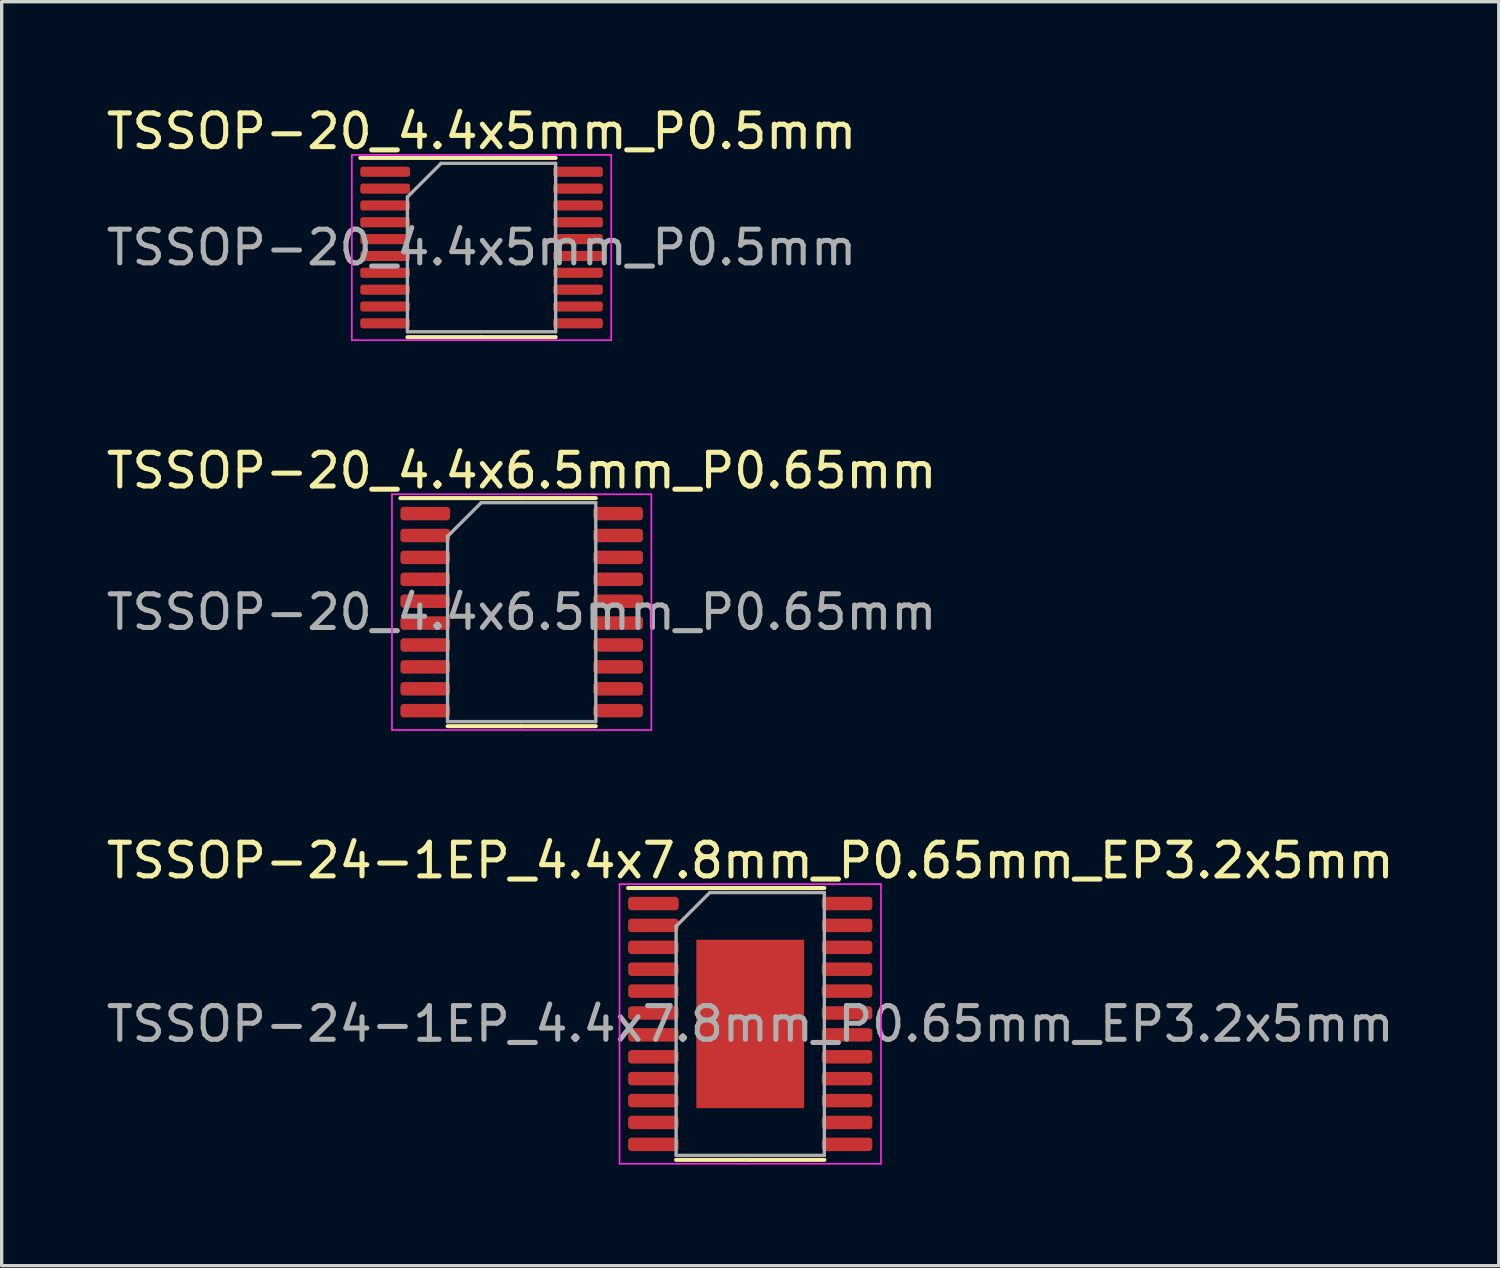
<source format=kicad_pcb>
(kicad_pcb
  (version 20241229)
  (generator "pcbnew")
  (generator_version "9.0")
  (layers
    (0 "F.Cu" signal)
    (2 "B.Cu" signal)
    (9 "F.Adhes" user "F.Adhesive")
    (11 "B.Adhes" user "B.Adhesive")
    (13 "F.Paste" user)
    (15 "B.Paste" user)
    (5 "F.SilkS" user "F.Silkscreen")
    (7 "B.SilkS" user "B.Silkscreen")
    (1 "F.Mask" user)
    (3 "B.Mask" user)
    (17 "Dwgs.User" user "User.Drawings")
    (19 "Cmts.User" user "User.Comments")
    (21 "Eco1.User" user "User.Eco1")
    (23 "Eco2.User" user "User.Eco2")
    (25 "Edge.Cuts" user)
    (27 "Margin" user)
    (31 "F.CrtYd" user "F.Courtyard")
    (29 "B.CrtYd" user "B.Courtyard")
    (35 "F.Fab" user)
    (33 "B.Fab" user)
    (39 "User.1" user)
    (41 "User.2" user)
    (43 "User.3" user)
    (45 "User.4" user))
  (footprint "TSSOP-20_4.4x5mm_P0.5mm"
    (layer "F.Cu")
    (at 11.244 4.298)
    (property "Reference" "TSSOP-20_4.4x5mm_P0.5mm" (at 0 -3.45 0) (layer "F.SilkS") (effects (font (size 1 1) (thickness 0.15))))
    (attr smd)
    (fp_line (start 0 -2.66) (end -3.6 -2.66) (stroke (width 0.12) (type solid)) (layer "F.SilkS"))
    (fp_line (start 0 -2.66) (end 2.2 -2.66) (stroke (width 0.12) (type solid)) (layer "F.SilkS"))
    (fp_line (start 0 2.66) (end -2.2 2.66) (stroke (width 0.12) (type solid)) (layer "F.SilkS"))
    (fp_line (start 0 2.66) (end 2.2 2.66) (stroke (width 0.12) (type solid)) (layer "F.SilkS"))
    (fp_line (start -3.85 -2.75) (end -3.85 2.75) (stroke (width 0.05) (type solid)) (layer "F.CrtYd"))
    (fp_line (start -3.85 2.75) (end 3.85 2.75) (stroke (width 0.05) (type solid)) (layer "F.CrtYd"))
    (fp_line (start 3.85 -2.75) (end -3.85 -2.75) (stroke (width 0.05) (type solid)) (layer "F.CrtYd"))
    (fp_line (start 3.85 2.75) (end 3.85 -2.75) (stroke (width 0.05) (type solid)) (layer "F.CrtYd"))
    (fp_line (start -2.2 -1.5) (end -1.2 -2.5) (stroke (width 0.1) (type solid)) (layer "F.Fab"))
    (fp_line (start -2.2 2.5) (end -2.2 -1.5) (stroke (width 0.1) (type solid)) (layer "F.Fab"))
    (fp_line (start -1.2 -2.5) (end 2.2 -2.5) (stroke (width 0.1) (type solid)) (layer "F.Fab"))
    (fp_line (start 2.2 -2.5) (end 2.2 2.5) (stroke (width 0.1) (type solid)) (layer "F.Fab"))
    (fp_line (start 2.2 2.5) (end -2.2 2.5) (stroke (width 0.1) (type solid)) (layer "F.Fab"))
    (fp_text user "${REFERENCE}" (at 0 0 0) (layer "F.Fab") (effects (font (size 1 1) (thickness 0.15))))
    (pad "1" smd roundrect (at -2.862 -2.25) (size 1.475 0.3) (layers "F.Cu" "F.Mask" "F.Paste") (roundrect_rratio 0.25))
    (pad "2" smd roundrect (at -2.862 -1.75) (size 1.475 0.3) (layers "F.Cu" "F.Mask" "F.Paste") (roundrect_rratio 0.25))
    (pad "3" smd roundrect (at -2.862 -1.25) (size 1.475 0.3) (layers "F.Cu" "F.Mask" "F.Paste") (roundrect_rratio 0.25))
    (pad "4" smd roundrect (at -2.862 -0.75) (size 1.475 0.3) (layers "F.Cu" "F.Mask" "F.Paste") (roundrect_rratio 0.25))
    (pad "5" smd roundrect (at -2.862 -0.25) (size 1.475 0.3) (layers "F.Cu" "F.Mask" "F.Paste") (roundrect_rratio 0.25))
    (pad "6" smd roundrect (at -2.862 0.25) (size 1.475 0.3) (layers "F.Cu" "F.Mask" "F.Paste") (roundrect_rratio 0.25))
    (pad "7" smd roundrect (at -2.862 0.75) (size 1.475 0.3) (layers "F.Cu" "F.Mask" "F.Paste") (roundrect_rratio 0.25))
    (pad "8" smd roundrect (at -2.862 1.25) (size 1.475 0.3) (layers "F.Cu" "F.Mask" "F.Paste") (roundrect_rratio 0.25))
    (pad "9" smd roundrect (at -2.862 1.75) (size 1.475 0.3) (layers "F.Cu" "F.Mask" "F.Paste") (roundrect_rratio 0.25))
    (pad "10" smd roundrect (at -2.862 2.25) (size 1.475 0.3) (layers "F.Cu" "F.Mask" "F.Paste") (roundrect_rratio 0.25))
    (pad "11" smd roundrect (at 2.862 2.25) (size 1.475 0.3) (layers "F.Cu" "F.Mask" "F.Paste") (roundrect_rratio 0.25))
    (pad "12" smd roundrect (at 2.862 1.75) (size 1.475 0.3) (layers "F.Cu" "F.Mask" "F.Paste") (roundrect_rratio 0.25))
    (pad "13" smd roundrect (at 2.862 1.25) (size 1.475 0.3) (layers "F.Cu" "F.Mask" "F.Paste") (roundrect_rratio 0.25))
    (pad "14" smd roundrect (at 2.862 0.75) (size 1.475 0.3) (layers "F.Cu" "F.Mask" "F.Paste") (roundrect_rratio 0.25))
    (pad "15" smd roundrect (at 2.862 0.25) (size 1.475 0.3) (layers "F.Cu" "F.Mask" "F.Paste") (roundrect_rratio 0.25))
    (pad "16" smd roundrect (at 2.862 -0.25) (size 1.475 0.3) (layers "F.Cu" "F.Mask" "F.Paste") (roundrect_rratio 0.25))
    (pad "17" smd roundrect (at 2.862 -0.75) (size 1.475 0.3) (layers "F.Cu" "F.Mask" "F.Paste") (roundrect_rratio 0.25))
    (pad "18" smd roundrect (at 2.862 -1.25) (size 1.475 0.3) (layers "F.Cu" "F.Mask" "F.Paste") (roundrect_rratio 0.25))
    (pad "19" smd roundrect (at 2.862 -1.75) (size 1.475 0.3) (layers "F.Cu" "F.Mask" "F.Paste") (roundrect_rratio 0.25))
    (pad "20" smd roundrect (at 2.862 -2.25) (size 1.475 0.3) (layers "F.Cu" "F.Mask" "F.Paste") (roundrect_rratio 0.25)))
  (footprint "TSSOP-20_4.4x6.5mm_P0.65mm"
    (layer "F.Cu")
    (at 12.435 15.121)
    (property "Reference" "TSSOP-20_4.4x6.5mm_P0.65mm" (at 0 -4.2 0) (layer "F.SilkS") (effects (font (size 1 1) (thickness 0.15))))
    (attr smd)
    (fp_line (start 0 -3.385) (end -3.6 -3.385) (stroke (width 0.12) (type solid)) (layer "F.SilkS"))
    (fp_line (start 0 -3.385) (end 2.2 -3.385) (stroke (width 0.12) (type solid)) (layer "F.SilkS"))
    (fp_line (start 0 3.385) (end -2.2 3.385) (stroke (width 0.12) (type solid)) (layer "F.SilkS"))
    (fp_line (start 0 3.385) (end 2.2 3.385) (stroke (width 0.12) (type solid)) (layer "F.SilkS"))
    (fp_line (start -3.85 -3.5) (end -3.85 3.5) (stroke (width 0.05) (type solid)) (layer "F.CrtYd"))
    (fp_line (start -3.85 3.5) (end 3.85 3.5) (stroke (width 0.05) (type solid)) (layer "F.CrtYd"))
    (fp_line (start 3.85 -3.5) (end -3.85 -3.5) (stroke (width 0.05) (type solid)) (layer "F.CrtYd"))
    (fp_line (start 3.85 3.5) (end 3.85 -3.5) (stroke (width 0.05) (type solid)) (layer "F.CrtYd"))
    (fp_line (start -2.2 -2.25) (end -1.2 -3.25) (stroke (width 0.1) (type solid)) (layer "F.Fab"))
    (fp_line (start -2.2 3.25) (end -2.2 -2.25) (stroke (width 0.1) (type solid)) (layer "F.Fab"))
    (fp_line (start -1.2 -3.25) (end 2.2 -3.25) (stroke (width 0.1) (type solid)) (layer "F.Fab"))
    (fp_line (start 2.2 -3.25) (end 2.2 3.25) (stroke (width 0.1) (type solid)) (layer "F.Fab"))
    (fp_line (start 2.2 3.25) (end -2.2 3.25) (stroke (width 0.1) (type solid)) (layer "F.Fab"))
    (fp_text user "${REFERENCE}" (at 0 0 0) (layer "F.Fab") (effects (font (size 1 1) (thickness 0.15))))
    (pad "1" smd roundrect (at -2.862 -2.925) (size 1.475 0.4) (layers "F.Cu" "F.Mask" "F.Paste") (roundrect_rratio 0.25))
    (pad "2" smd roundrect (at -2.862 -2.275) (size 1.475 0.4) (layers "F.Cu" "F.Mask" "F.Paste") (roundrect_rratio 0.25))
    (pad "3" smd roundrect (at -2.862 -1.625) (size 1.475 0.4) (layers "F.Cu" "F.Mask" "F.Paste") (roundrect_rratio 0.25))
    (pad "4" smd roundrect (at -2.862 -0.975) (size 1.475 0.4) (layers "F.Cu" "F.Mask" "F.Paste") (roundrect_rratio 0.25))
    (pad "5" smd roundrect (at -2.862 -0.325) (size 1.475 0.4) (layers "F.Cu" "F.Mask" "F.Paste") (roundrect_rratio 0.25))
    (pad "6" smd roundrect (at -2.862 0.325) (size 1.475 0.4) (layers "F.Cu" "F.Mask" "F.Paste") (roundrect_rratio 0.25))
    (pad "7" smd roundrect (at -2.862 0.975) (size 1.475 0.4) (layers "F.Cu" "F.Mask" "F.Paste") (roundrect_rratio 0.25))
    (pad "8" smd roundrect (at -2.862 1.625) (size 1.475 0.4) (layers "F.Cu" "F.Mask" "F.Paste") (roundrect_rratio 0.25))
    (pad "9" smd roundrect (at -2.862 2.275) (size 1.475 0.4) (layers "F.Cu" "F.Mask" "F.Paste") (roundrect_rratio 0.25))
    (pad "10" smd roundrect (at -2.862 2.925) (size 1.475 0.4) (layers "F.Cu" "F.Mask" "F.Paste") (roundrect_rratio 0.25))
    (pad "11" smd roundrect (at 2.862 2.925) (size 1.475 0.4) (layers "F.Cu" "F.Mask" "F.Paste") (roundrect_rratio 0.25))
    (pad "12" smd roundrect (at 2.862 2.275) (size 1.475 0.4) (layers "F.Cu" "F.Mask" "F.Paste") (roundrect_rratio 0.25))
    (pad "13" smd roundrect (at 2.862 1.625) (size 1.475 0.4) (layers "F.Cu" "F.Mask" "F.Paste") (roundrect_rratio 0.25))
    (pad "14" smd roundrect (at 2.862 0.975) (size 1.475 0.4) (layers "F.Cu" "F.Mask" "F.Paste") (roundrect_rratio 0.25))
    (pad "15" smd roundrect (at 2.862 0.325) (size 1.475 0.4) (layers "F.Cu" "F.Mask" "F.Paste") (roundrect_rratio 0.25))
    (pad "16" smd roundrect (at 2.862 -0.325) (size 1.475 0.4) (layers "F.Cu" "F.Mask" "F.Paste") (roundrect_rratio 0.25))
    (pad "17" smd roundrect (at 2.862 -0.975) (size 1.475 0.4) (layers "F.Cu" "F.Mask" "F.Paste") (roundrect_rratio 0.25))
    (pad "18" smd roundrect (at 2.862 -1.625) (size 1.475 0.4) (layers "F.Cu" "F.Mask" "F.Paste") (roundrect_rratio 0.25))
    (pad "19" smd roundrect (at 2.862 -2.275) (size 1.475 0.4) (layers "F.Cu" "F.Mask" "F.Paste") (roundrect_rratio 0.25))
    (pad "20" smd roundrect (at 2.862 -2.925) (size 1.475 0.4) (layers "F.Cu" "F.Mask" "F.Paste") (roundrect_rratio 0.25)))
  (footprint "TSSOP-24-1EP_4.4x7.8mm_P0.65mm_EP3.2x5mm"
    (layer "F.Cu")
    (at 19.22 27.345)
    (property "Reference" "TSSOP-24-1EP_4.4x7.8mm_P0.65mm_EP3.2x5mm" (at 0 -4.85 0) (layer "F.SilkS") (effects (font (size 1 1) (thickness 0.15))))
    (attr smd)
    (fp_line (start 0 -4.035) (end -3.625 -4.035) (stroke (width 0.12) (type solid)) (layer "F.SilkS"))
    (fp_line (start 0 -4.035) (end 2.2 -4.035) (stroke (width 0.12) (type solid)) (layer "F.SilkS"))
    (fp_line (start 0 4.035) (end -2.2 4.035) (stroke (width 0.12) (type solid)) (layer "F.SilkS"))
    (fp_line (start 0 4.035) (end 2.2 4.035) (stroke (width 0.12) (type solid)) (layer "F.SilkS"))
    (fp_line (start -3.88 -4.15) (end -3.88 4.15) (stroke (width 0.05) (type solid)) (layer "F.CrtYd"))
    (fp_line (start -3.88 4.15) (end 3.88 4.15) (stroke (width 0.05) (type solid)) (layer "F.CrtYd"))
    (fp_line (start 3.88 -4.15) (end -3.88 -4.15) (stroke (width 0.05) (type solid)) (layer "F.CrtYd"))
    (fp_line (start 3.88 4.15) (end 3.88 -4.15) (stroke (width 0.05) (type solid)) (layer "F.CrtYd"))
    (fp_line (start -2.2 -2.9) (end -1.2 -3.9) (stroke (width 0.1) (type solid)) (layer "F.Fab"))
    (fp_line (start -2.2 3.9) (end -2.2 -2.9) (stroke (width 0.1) (type solid)) (layer "F.Fab"))
    (fp_line (start -1.2 -3.9) (end 2.2 -3.9) (stroke (width 0.1) (type solid)) (layer "F.Fab"))
    (fp_line (start 2.2 -3.9) (end 2.2 3.9) (stroke (width 0.1) (type solid)) (layer "F.Fab"))
    (fp_line (start 2.2 3.9) (end -2.2 3.9) (stroke (width 0.1) (type solid)) (layer "F.Fab"))
    (fp_text user "${REFERENCE}" (at 0 0 0) (layer "F.Fab") (effects (font (size 1 1) (thickness 0.15))))
    (pad "" smd roundrect (at -0.8 -1.67) (size 1.29 1.34) (layers "F.Paste") (roundrect_rratio 0.194))
    (pad "" smd roundrect (at -0.8 0) (size 1.29 1.34) (layers "F.Paste") (roundrect_rratio 0.194))
    (pad "" smd roundrect (at -0.8 1.67) (size 1.29 1.34) (layers "F.Paste") (roundrect_rratio 0.194))
    (pad "" smd roundrect (at 0.8 -1.67) (size 1.29 1.34) (layers "F.Paste") (roundrect_rratio 0.194))
    (pad "" smd roundrect (at 0.8 0) (size 1.29 1.34) (layers "F.Paste") (roundrect_rratio 0.194))
    (pad "" smd roundrect (at 0.8 1.67) (size 1.29 1.34) (layers "F.Paste") (roundrect_rratio 0.194))
    (pad "1" smd roundrect (at -2.875 -3.575) (size 1.5 0.4) (layers "F.Cu" "F.Mask" "F.Paste") (roundrect_rratio 0.25))
    (pad "2" smd roundrect (at -2.875 -2.925) (size 1.5 0.4) (layers "F.Cu" "F.Mask" "F.Paste") (roundrect_rratio 0.25))
    (pad "3" smd roundrect (at -2.875 -2.275) (size 1.5 0.4) (layers "F.Cu" "F.Mask" "F.Paste") (roundrect_rratio 0.25))
    (pad "4" smd roundrect (at -2.875 -1.625) (size 1.5 0.4) (layers "F.Cu" "F.Mask" "F.Paste") (roundrect_rratio 0.25))
    (pad "5" smd roundrect (at -2.875 -0.975) (size 1.5 0.4) (layers "F.Cu" "F.Mask" "F.Paste") (roundrect_rratio 0.25))
    (pad "6" smd roundrect (at -2.875 -0.325) (size 1.5 0.4) (layers "F.Cu" "F.Mask" "F.Paste") (roundrect_rratio 0.25))
    (pad "7" smd roundrect (at -2.875 0.325) (size 1.5 0.4) (layers "F.Cu" "F.Mask" "F.Paste") (roundrect_rratio 0.25))
    (pad "8" smd roundrect (at -2.875 0.975) (size 1.5 0.4) (layers "F.Cu" "F.Mask" "F.Paste") (roundrect_rratio 0.25))
    (pad "9" smd roundrect (at -2.875 1.625) (size 1.5 0.4) (layers "F.Cu" "F.Mask" "F.Paste") (roundrect_rratio 0.25))
    (pad "10" smd roundrect (at -2.875 2.275) (size 1.5 0.4) (layers "F.Cu" "F.Mask" "F.Paste") (roundrect_rratio 0.25))
    (pad "11" smd roundrect (at -2.875 2.925) (size 1.5 0.4) (layers "F.Cu" "F.Mask" "F.Paste") (roundrect_rratio 0.25))
    (pad "12" smd roundrect (at -2.875 3.575) (size 1.5 0.4) (layers "F.Cu" "F.Mask" "F.Paste") (roundrect_rratio 0.25))
    (pad "13" smd roundrect (at 2.875 3.575) (size 1.5 0.4) (layers "F.Cu" "F.Mask" "F.Paste") (roundrect_rratio 0.25))
    (pad "14" smd roundrect (at 2.875 2.925) (size 1.5 0.4) (layers "F.Cu" "F.Mask" "F.Paste") (roundrect_rratio 0.25))
    (pad "15" smd roundrect (at 2.875 2.275) (size 1.5 0.4) (layers "F.Cu" "F.Mask" "F.Paste") (roundrect_rratio 0.25))
    (pad "16" smd roundrect (at 2.875 1.625) (size 1.5 0.4) (layers "F.Cu" "F.Mask" "F.Paste") (roundrect_rratio 0.25))
    (pad "17" smd roundrect (at 2.875 0.975) (size 1.5 0.4) (layers "F.Cu" "F.Mask" "F.Paste") (roundrect_rratio 0.25))
    (pad "18" smd roundrect (at 2.875 0.325) (size 1.5 0.4) (layers "F.Cu" "F.Mask" "F.Paste") (roundrect_rratio 0.25))
    (pad "19" smd roundrect (at 2.875 -0.325) (size 1.5 0.4) (layers "F.Cu" "F.Mask" "F.Paste") (roundrect_rratio 0.25))
    (pad "20" smd roundrect (at 2.875 -0.975) (size 1.5 0.4) (layers "F.Cu" "F.Mask" "F.Paste") (roundrect_rratio 0.25))
    (pad "21" smd roundrect (at 2.875 -1.625) (size 1.5 0.4) (layers "F.Cu" "F.Mask" "F.Paste") (roundrect_rratio 0.25))
    (pad "22" smd roundrect (at 2.875 -2.275) (size 1.5 0.4) (layers "F.Cu" "F.Mask" "F.Paste") (roundrect_rratio 0.25))
    (pad "23" smd roundrect (at 2.875 -2.925) (size 1.5 0.4) (layers "F.Cu" "F.Mask" "F.Paste") (roundrect_rratio 0.25))
    (pad "24" smd roundrect (at 2.875 -3.575) (size 1.5 0.4) (layers "F.Cu" "F.Mask" "F.Paste") (roundrect_rratio 0.25))
    (pad "25" smd rect (at 0 0) (size 3.2 5) (layers "F.Cu" "F.Mask")))
  (gr_rect
    (start -3 -3)
    (end 41.44 34.52)
    (stroke (width 0.1) (type default))
    (fill no)
    (layer "Edge.Cuts")))
</source>
